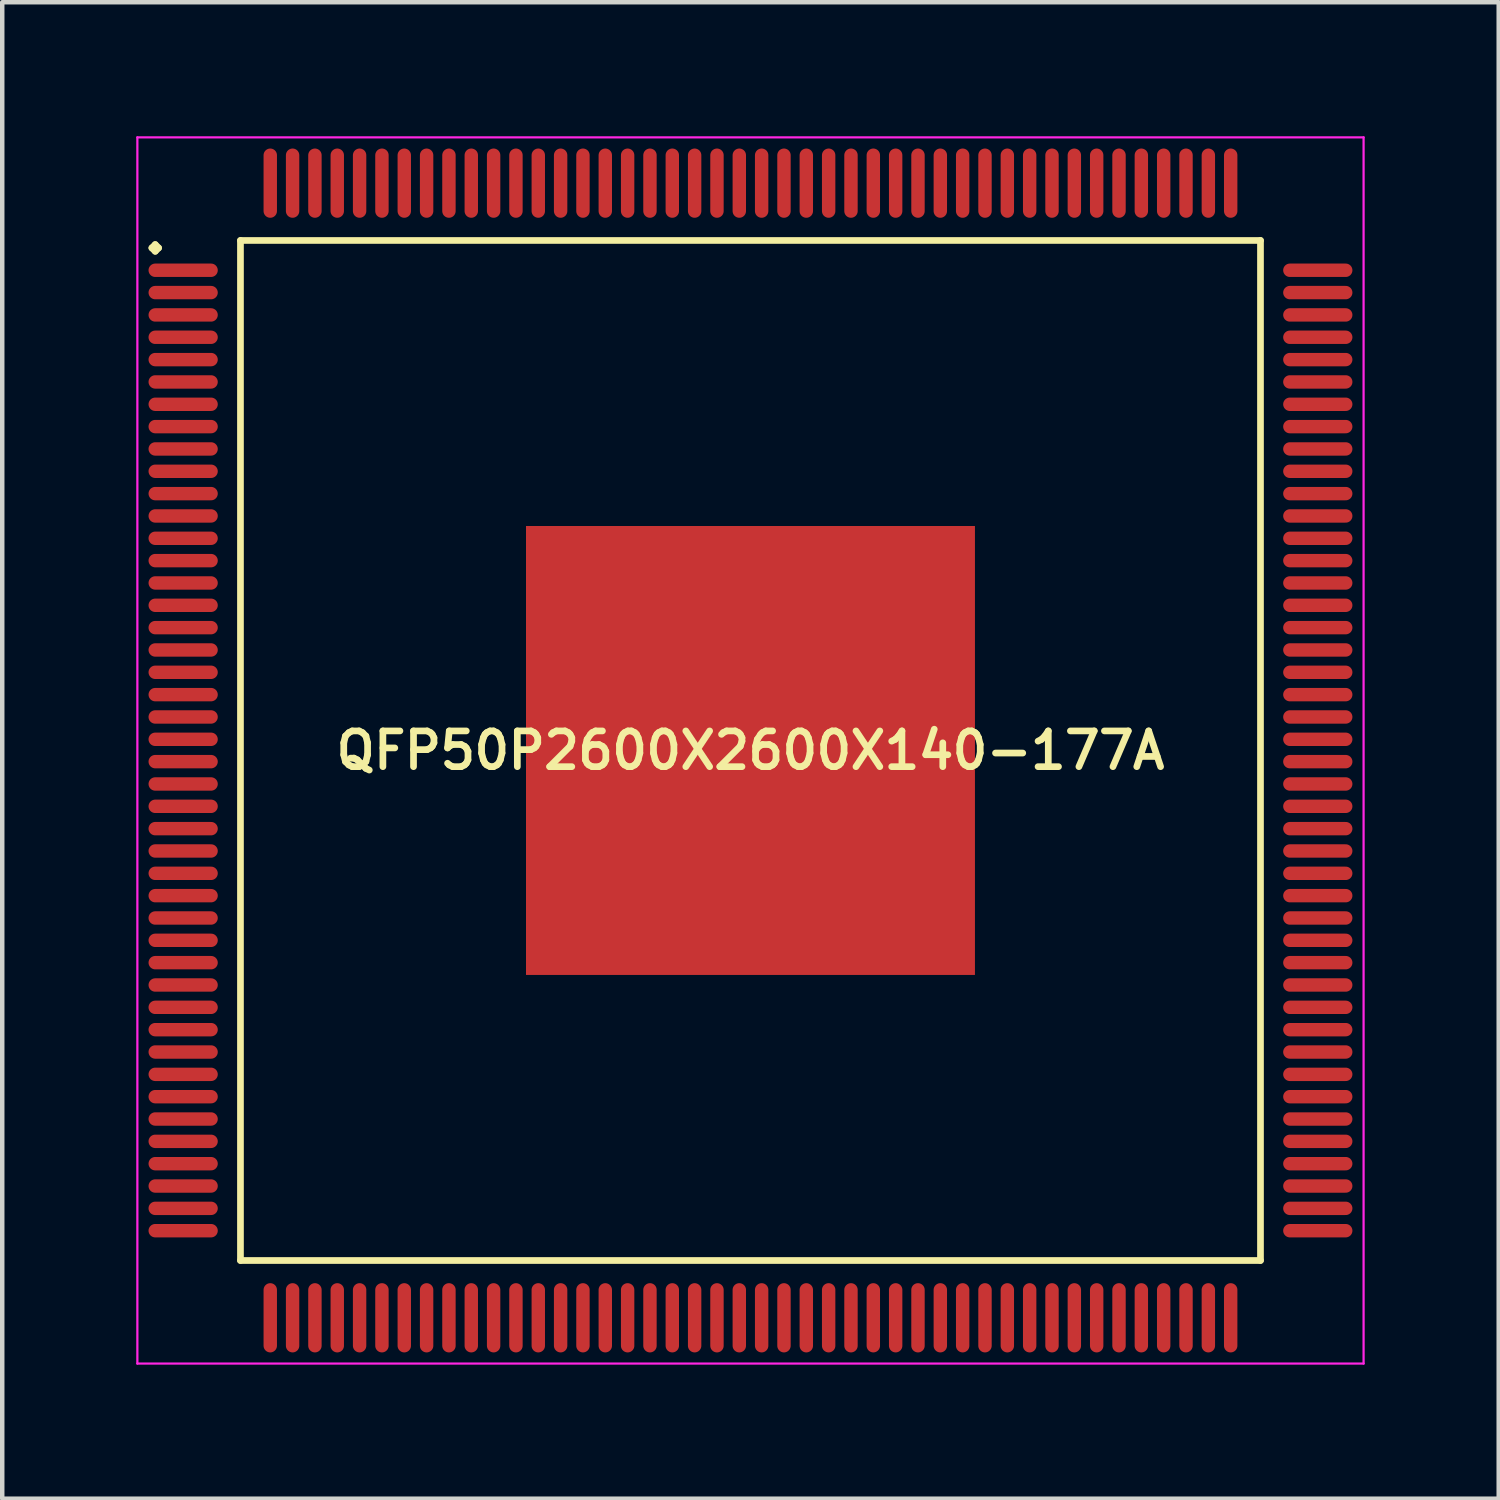
<source format=kicad_pcb>
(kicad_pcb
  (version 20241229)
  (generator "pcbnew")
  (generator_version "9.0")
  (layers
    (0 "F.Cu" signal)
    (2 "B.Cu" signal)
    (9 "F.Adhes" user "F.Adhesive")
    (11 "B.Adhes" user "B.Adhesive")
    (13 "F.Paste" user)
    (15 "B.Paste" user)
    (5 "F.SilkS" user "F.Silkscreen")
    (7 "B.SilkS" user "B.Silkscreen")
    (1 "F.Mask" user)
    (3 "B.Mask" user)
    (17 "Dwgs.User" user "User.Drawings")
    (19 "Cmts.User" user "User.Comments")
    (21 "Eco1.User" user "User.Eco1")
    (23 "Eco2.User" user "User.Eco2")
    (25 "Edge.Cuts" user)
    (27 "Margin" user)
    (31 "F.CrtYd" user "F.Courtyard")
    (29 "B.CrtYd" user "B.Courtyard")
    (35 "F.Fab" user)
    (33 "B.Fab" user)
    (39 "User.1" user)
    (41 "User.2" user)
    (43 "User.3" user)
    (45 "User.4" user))
  (footprint "QFP50P2600X2600X140-177A"
    (layer "F.Cu")
    (at 13.75 13.75)
    (property "Reference" "QFP50P2600X2600X140-177A" (at 0 0 0) (layer "F.SilkS") (effects (font (size 0.8 0.8) (thickness 0.15))))
    (attr smd)
    (fp_line (start -13.4 -11.25) (end -13.325 -11.325) (stroke (width 0.15) (type solid)) (layer "F.SilkS"))
    (fp_line (start -13.325 -11.325) (end -13.25 -11.25) (stroke (width 0.15) (type solid)) (layer "F.SilkS"))
    (fp_line (start -13.325 -11.175) (end -13.4 -11.25) (stroke (width 0.15) (type solid)) (layer "F.SilkS"))
    (fp_line (start -13.25 -11.25) (end -13.325 -11.175) (stroke (width 0.15) (type solid)) (layer "F.SilkS"))
    (fp_line (start -11.417 -11.417) (end -11.417 11.417) (stroke (width 0.15) (type solid)) (layer "F.SilkS"))
    (fp_line (start -11.417 11.417) (end 11.417 11.417) (stroke (width 0.15) (type solid)) (layer "F.SilkS"))
    (fp_line (start 11.417 -11.417) (end -11.417 -11.417) (stroke (width 0.15) (type solid)) (layer "F.SilkS"))
    (fp_line (start 11.417 11.417) (end 11.417 -11.417) (stroke (width 0.15) (type solid)) (layer "F.SilkS"))
    (fp_line (start -13.725 -13.725) (end 13.725 -13.725) (stroke (width 0.05) (type solid)) (layer "F.CrtYd"))
    (fp_line (start -13.725 13.725) (end -13.725 -13.725) (stroke (width 0.05) (type solid)) (layer "F.CrtYd"))
    (fp_line (start 13.725 -13.725) (end 13.725 13.725) (stroke (width 0.05) (type solid)) (layer "F.CrtYd"))
    (fp_line (start 13.725 13.725) (end -13.725 13.725) (stroke (width 0.05) (type solid)) (layer "F.CrtYd"))
    (pad "1" smd oval (at -12.7 -10.75) (size 1.55 0.3) (layers "F.Cu" "F.Mask" "F.Paste"))
    (pad "2" smd oval (at -12.7 -10.25) (size 1.55 0.3) (layers "F.Cu" "F.Mask" "F.Paste"))
    (pad "3" smd oval (at -12.7 -9.75) (size 1.55 0.3) (layers "F.Cu" "F.Mask" "F.Paste"))
    (pad "4" smd oval (at -12.7 -9.25) (size 1.55 0.3) (layers "F.Cu" "F.Mask" "F.Paste"))
    (pad "5" smd oval (at -12.7 -8.75) (size 1.55 0.3) (layers "F.Cu" "F.Mask" "F.Paste"))
    (pad "6" smd oval (at -12.7 -8.25) (size 1.55 0.3) (layers "F.Cu" "F.Mask" "F.Paste"))
    (pad "7" smd oval (at -12.7 -7.75) (size 1.55 0.3) (layers "F.Cu" "F.Mask" "F.Paste"))
    (pad "8" smd oval (at -12.7 -7.25) (size 1.55 0.3) (layers "F.Cu" "F.Mask" "F.Paste"))
    (pad "9" smd oval (at -12.7 -6.75) (size 1.55 0.3) (layers "F.Cu" "F.Mask" "F.Paste"))
    (pad "10" smd oval (at -12.7 -6.25) (size 1.55 0.3) (layers "F.Cu" "F.Mask" "F.Paste"))
    (pad "11" smd oval (at -12.7 -5.75) (size 1.55 0.3) (layers "F.Cu" "F.Mask" "F.Paste"))
    (pad "12" smd oval (at -12.7 -5.25) (size 1.55 0.3) (layers "F.Cu" "F.Mask" "F.Paste"))
    (pad "13" smd oval (at -12.7 -4.75) (size 1.55 0.3) (layers "F.Cu" "F.Mask" "F.Paste"))
    (pad "14" smd oval (at -12.7 -4.25) (size 1.55 0.3) (layers "F.Cu" "F.Mask" "F.Paste"))
    (pad "15" smd oval (at -12.7 -3.75) (size 1.55 0.3) (layers "F.Cu" "F.Mask" "F.Paste"))
    (pad "16" smd oval (at -12.7 -3.25) (size 1.55 0.3) (layers "F.Cu" "F.Mask" "F.Paste"))
    (pad "17" smd oval (at -12.7 -2.75) (size 1.55 0.3) (layers "F.Cu" "F.Mask" "F.Paste"))
    (pad "18" smd oval (at -12.7 -2.25) (size 1.55 0.3) (layers "F.Cu" "F.Mask" "F.Paste"))
    (pad "19" smd oval (at -12.7 -1.75) (size 1.55 0.3) (layers "F.Cu" "F.Mask" "F.Paste"))
    (pad "20" smd oval (at -12.7 -1.25) (size 1.55 0.3) (layers "F.Cu" "F.Mask" "F.Paste"))
    (pad "21" smd oval (at -12.7 -0.75) (size 1.55 0.3) (layers "F.Cu" "F.Mask" "F.Paste"))
    (pad "22" smd oval (at -12.7 -0.25) (size 1.55 0.3) (layers "F.Cu" "F.Mask" "F.Paste"))
    (pad "23" smd oval (at -12.7 0.25) (size 1.55 0.3) (layers "F.Cu" "F.Mask" "F.Paste"))
    (pad "24" smd oval (at -12.7 0.75) (size 1.55 0.3) (layers "F.Cu" "F.Mask" "F.Paste"))
    (pad "25" smd oval (at -12.7 1.25) (size 1.55 0.3) (layers "F.Cu" "F.Mask" "F.Paste"))
    (pad "26" smd oval (at -12.7 1.75) (size 1.55 0.3) (layers "F.Cu" "F.Mask" "F.Paste"))
    (pad "27" smd oval (at -12.7 2.25) (size 1.55 0.3) (layers "F.Cu" "F.Mask" "F.Paste"))
    (pad "28" smd oval (at -12.7 2.75) (size 1.55 0.3) (layers "F.Cu" "F.Mask" "F.Paste"))
    (pad "29" smd oval (at -12.7 3.25) (size 1.55 0.3) (layers "F.Cu" "F.Mask" "F.Paste"))
    (pad "30" smd oval (at -12.7 3.75) (size 1.55 0.3) (layers "F.Cu" "F.Mask" "F.Paste"))
    (pad "31" smd oval (at -12.7 4.25) (size 1.55 0.3) (layers "F.Cu" "F.Mask" "F.Paste"))
    (pad "32" smd oval (at -12.7 4.75) (size 1.55 0.3) (layers "F.Cu" "F.Mask" "F.Paste"))
    (pad "33" smd oval (at -12.7 5.25) (size 1.55 0.3) (layers "F.Cu" "F.Mask" "F.Paste"))
    (pad "34" smd oval (at -12.7 5.75) (size 1.55 0.3) (layers "F.Cu" "F.Mask" "F.Paste"))
    (pad "35" smd oval (at -12.7 6.25) (size 1.55 0.3) (layers "F.Cu" "F.Mask" "F.Paste"))
    (pad "36" smd oval (at -12.7 6.75) (size 1.55 0.3) (layers "F.Cu" "F.Mask" "F.Paste"))
    (pad "37" smd oval (at -12.7 7.25) (size 1.55 0.3) (layers "F.Cu" "F.Mask" "F.Paste"))
    (pad "38" smd oval (at -12.7 7.75) (size 1.55 0.3) (layers "F.Cu" "F.Mask" "F.Paste"))
    (pad "39" smd oval (at -12.7 8.25) (size 1.55 0.3) (layers "F.Cu" "F.Mask" "F.Paste"))
    (pad "40" smd oval (at -12.7 8.75) (size 1.55 0.3) (layers "F.Cu" "F.Mask" "F.Paste"))
    (pad "41" smd oval (at -12.7 9.25) (size 1.55 0.3) (layers "F.Cu" "F.Mask" "F.Paste"))
    (pad "42" smd oval (at -12.7 9.75) (size 1.55 0.3) (layers "F.Cu" "F.Mask" "F.Paste"))
    (pad "43" smd oval (at -12.7 10.25) (size 1.55 0.3) (layers "F.Cu" "F.Mask" "F.Paste"))
    (pad "44" smd oval (at -12.7 10.75) (size 1.55 0.3) (layers "F.Cu" "F.Mask" "F.Paste"))
    (pad "45" smd oval (at -10.75 12.7) (size 0.3 1.55) (layers "F.Cu" "F.Mask" "F.Paste"))
    (pad "46" smd oval (at -10.25 12.7) (size 0.3 1.55) (layers "F.Cu" "F.Mask" "F.Paste"))
    (pad "47" smd oval (at -9.75 12.7) (size 0.3 1.55) (layers "F.Cu" "F.Mask" "F.Paste"))
    (pad "48" smd oval (at -9.25 12.7) (size 0.3 1.55) (layers "F.Cu" "F.Mask" "F.Paste"))
    (pad "49" smd oval (at -8.75 12.7) (size 0.3 1.55) (layers "F.Cu" "F.Mask" "F.Paste"))
    (pad "50" smd oval (at -8.25 12.7) (size 0.3 1.55) (layers "F.Cu" "F.Mask" "F.Paste"))
    (pad "51" smd oval (at -7.75 12.7) (size 0.3 1.55) (layers "F.Cu" "F.Mask" "F.Paste"))
    (pad "52" smd oval (at -7.25 12.7) (size 0.3 1.55) (layers "F.Cu" "F.Mask" "F.Paste"))
    (pad "53" smd oval (at -6.75 12.7) (size 0.3 1.55) (layers "F.Cu" "F.Mask" "F.Paste"))
    (pad "54" smd oval (at -6.25 12.7) (size 0.3 1.55) (layers "F.Cu" "F.Mask" "F.Paste"))
    (pad "55" smd oval (at -5.75 12.7) (size 0.3 1.55) (layers "F.Cu" "F.Mask" "F.Paste"))
    (pad "56" smd oval (at -5.25 12.7) (size 0.3 1.55) (layers "F.Cu" "F.Mask" "F.Paste"))
    (pad "57" smd oval (at -4.75 12.7) (size 0.3 1.55) (layers "F.Cu" "F.Mask" "F.Paste"))
    (pad "58" smd oval (at -4.25 12.7) (size 0.3 1.55) (layers "F.Cu" "F.Mask" "F.Paste"))
    (pad "59" smd oval (at -3.75 12.7) (size 0.3 1.55) (layers "F.Cu" "F.Mask" "F.Paste"))
    (pad "60" smd oval (at -3.25 12.7) (size 0.3 1.55) (layers "F.Cu" "F.Mask" "F.Paste"))
    (pad "61" smd oval (at -2.75 12.7) (size 0.3 1.55) (layers "F.Cu" "F.Mask" "F.Paste"))
    (pad "62" smd oval (at -2.25 12.7) (size 0.3 1.55) (layers "F.Cu" "F.Mask" "F.Paste"))
    (pad "63" smd oval (at -1.75 12.7) (size 0.3 1.55) (layers "F.Cu" "F.Mask" "F.Paste"))
    (pad "64" smd oval (at -1.25 12.7) (size 0.3 1.55) (layers "F.Cu" "F.Mask" "F.Paste"))
    (pad "65" smd oval (at -0.75 12.7) (size 0.3 1.55) (layers "F.Cu" "F.Mask" "F.Paste"))
    (pad "66" smd oval (at -0.25 12.7) (size 0.3 1.55) (layers "F.Cu" "F.Mask" "F.Paste"))
    (pad "67" smd oval (at 0.25 12.7) (size 0.3 1.55) (layers "F.Cu" "F.Mask" "F.Paste"))
    (pad "68" smd oval (at 0.75 12.7) (size 0.3 1.55) (layers "F.Cu" "F.Mask" "F.Paste"))
    (pad "69" smd oval (at 1.25 12.7) (size 0.3 1.55) (layers "F.Cu" "F.Mask" "F.Paste"))
    (pad "70" smd oval (at 1.75 12.7) (size 0.3 1.55) (layers "F.Cu" "F.Mask" "F.Paste"))
    (pad "71" smd oval (at 2.25 12.7) (size 0.3 1.55) (layers "F.Cu" "F.Mask" "F.Paste"))
    (pad "72" smd oval (at 2.75 12.7) (size 0.3 1.55) (layers "F.Cu" "F.Mask" "F.Paste"))
    (pad "73" smd oval (at 3.25 12.7) (size 0.3 1.55) (layers "F.Cu" "F.Mask" "F.Paste"))
    (pad "74" smd oval (at 3.75 12.7) (size 0.3 1.55) (layers "F.Cu" "F.Mask" "F.Paste"))
    (pad "75" smd oval (at 4.25 12.7) (size 0.3 1.55) (layers "F.Cu" "F.Mask" "F.Paste"))
    (pad "76" smd oval (at 4.75 12.7) (size 0.3 1.55) (layers "F.Cu" "F.Mask" "F.Paste"))
    (pad "77" smd oval (at 5.25 12.7) (size 0.3 1.55) (layers "F.Cu" "F.Mask" "F.Paste"))
    (pad "78" smd oval (at 5.75 12.7) (size 0.3 1.55) (layers "F.Cu" "F.Mask" "F.Paste"))
    (pad "79" smd oval (at 6.25 12.7) (size 0.3 1.55) (layers "F.Cu" "F.Mask" "F.Paste"))
    (pad "80" smd oval (at 6.75 12.7) (size 0.3 1.55) (layers "F.Cu" "F.Mask" "F.Paste"))
    (pad "81" smd oval (at 7.25 12.7) (size 0.3 1.55) (layers "F.Cu" "F.Mask" "F.Paste"))
    (pad "82" smd oval (at 7.75 12.7) (size 0.3 1.55) (layers "F.Cu" "F.Mask" "F.Paste"))
    (pad "83" smd oval (at 8.25 12.7) (size 0.3 1.55) (layers "F.Cu" "F.Mask" "F.Paste"))
    (pad "84" smd oval (at 8.75 12.7) (size 0.3 1.55) (layers "F.Cu" "F.Mask" "F.Paste"))
    (pad "85" smd oval (at 9.25 12.7) (size 0.3 1.55) (layers "F.Cu" "F.Mask" "F.Paste"))
    (pad "86" smd oval (at 9.75 12.7) (size 0.3 1.55) (layers "F.Cu" "F.Mask" "F.Paste"))
    (pad "87" smd oval (at 10.25 12.7) (size 0.3 1.55) (layers "F.Cu" "F.Mask" "F.Paste"))
    (pad "88" smd oval (at 10.75 12.7) (size 0.3 1.55) (layers "F.Cu" "F.Mask" "F.Paste"))
    (pad "89" smd oval (at 12.7 10.75) (size 1.55 0.3) (layers "F.Cu" "F.Mask" "F.Paste"))
    (pad "90" smd oval (at 12.7 10.25) (size 1.55 0.3) (layers "F.Cu" "F.Mask" "F.Paste"))
    (pad "91" smd oval (at 12.7 9.75) (size 1.55 0.3) (layers "F.Cu" "F.Mask" "F.Paste"))
    (pad "92" smd oval (at 12.7 9.25) (size 1.55 0.3) (layers "F.Cu" "F.Mask" "F.Paste"))
    (pad "93" smd oval (at 12.7 8.75) (size 1.55 0.3) (layers "F.Cu" "F.Mask" "F.Paste"))
    (pad "94" smd oval (at 12.7 8.25) (size 1.55 0.3) (layers "F.Cu" "F.Mask" "F.Paste"))
    (pad "95" smd oval (at 12.7 7.75) (size 1.55 0.3) (layers "F.Cu" "F.Mask" "F.Paste"))
    (pad "96" smd oval (at 12.7 7.25) (size 1.55 0.3) (layers "F.Cu" "F.Mask" "F.Paste"))
    (pad "97" smd oval (at 12.7 6.75) (size 1.55 0.3) (layers "F.Cu" "F.Mask" "F.Paste"))
    (pad "98" smd oval (at 12.7 6.25) (size 1.55 0.3) (layers "F.Cu" "F.Mask" "F.Paste"))
    (pad "99" smd oval (at 12.7 5.75) (size 1.55 0.3) (layers "F.Cu" "F.Mask" "F.Paste"))
    (pad "100" smd oval (at 12.7 5.25) (size 1.55 0.3) (layers "F.Cu" "F.Mask" "F.Paste"))
    (pad "101" smd oval (at 12.7 4.75) (size 1.55 0.3) (layers "F.Cu" "F.Mask" "F.Paste"))
    (pad "102" smd oval (at 12.7 4.25) (size 1.55 0.3) (layers "F.Cu" "F.Mask" "F.Paste"))
    (pad "103" smd oval (at 12.7 3.75) (size 1.55 0.3) (layers "F.Cu" "F.Mask" "F.Paste"))
    (pad "104" smd oval (at 12.7 3.25) (size 1.55 0.3) (layers "F.Cu" "F.Mask" "F.Paste"))
    (pad "105" smd oval (at 12.7 2.75) (size 1.55 0.3) (layers "F.Cu" "F.Mask" "F.Paste"))
    (pad "106" smd oval (at 12.7 2.25) (size 1.55 0.3) (layers "F.Cu" "F.Mask" "F.Paste"))
    (pad "107" smd oval (at 12.7 1.75) (size 1.55 0.3) (layers "F.Cu" "F.Mask" "F.Paste"))
    (pad "108" smd oval (at 12.7 1.25) (size 1.55 0.3) (layers "F.Cu" "F.Mask" "F.Paste"))
    (pad "109" smd oval (at 12.7 0.75) (size 1.55 0.3) (layers "F.Cu" "F.Mask" "F.Paste"))
    (pad "110" smd oval (at 12.7 0.25) (size 1.55 0.3) (layers "F.Cu" "F.Mask" "F.Paste"))
    (pad "111" smd oval (at 12.7 -0.25) (size 1.55 0.3) (layers "F.Cu" "F.Mask" "F.Paste"))
    (pad "112" smd oval (at 12.7 -0.75) (size 1.55 0.3) (layers "F.Cu" "F.Mask" "F.Paste"))
    (pad "113" smd oval (at 12.7 -1.25) (size 1.55 0.3) (layers "F.Cu" "F.Mask" "F.Paste"))
    (pad "114" smd oval (at 12.7 -1.75) (size 1.55 0.3) (layers "F.Cu" "F.Mask" "F.Paste"))
    (pad "115" smd oval (at 12.7 -2.25) (size 1.55 0.3) (layers "F.Cu" "F.Mask" "F.Paste"))
    (pad "116" smd oval (at 12.7 -2.75) (size 1.55 0.3) (layers "F.Cu" "F.Mask" "F.Paste"))
    (pad "117" smd oval (at 12.7 -3.25) (size 1.55 0.3) (layers "F.Cu" "F.Mask" "F.Paste"))
    (pad "118" smd oval (at 12.7 -3.75) (size 1.55 0.3) (layers "F.Cu" "F.Mask" "F.Paste"))
    (pad "119" smd oval (at 12.7 -4.25) (size 1.55 0.3) (layers "F.Cu" "F.Mask" "F.Paste"))
    (pad "120" smd oval (at 12.7 -4.75) (size 1.55 0.3) (layers "F.Cu" "F.Mask" "F.Paste"))
    (pad "121" smd oval (at 12.7 -5.25) (size 1.55 0.3) (layers "F.Cu" "F.Mask" "F.Paste"))
    (pad "122" smd oval (at 12.7 -5.75) (size 1.55 0.3) (layers "F.Cu" "F.Mask" "F.Paste"))
    (pad "123" smd oval (at 12.7 -6.25) (size 1.55 0.3) (layers "F.Cu" "F.Mask" "F.Paste"))
    (pad "124" smd oval (at 12.7 -6.75) (size 1.55 0.3) (layers "F.Cu" "F.Mask" "F.Paste"))
    (pad "125" smd oval (at 12.7 -7.25) (size 1.55 0.3) (layers "F.Cu" "F.Mask" "F.Paste"))
    (pad "126" smd oval (at 12.7 -7.75) (size 1.55 0.3) (layers "F.Cu" "F.Mask" "F.Paste"))
    (pad "127" smd oval (at 12.7 -8.25) (size 1.55 0.3) (layers "F.Cu" "F.Mask" "F.Paste"))
    (pad "128" smd oval (at 12.7 -8.75) (size 1.55 0.3) (layers "F.Cu" "F.Mask" "F.Paste"))
    (pad "129" smd oval (at 12.7 -9.25) (size 1.55 0.3) (layers "F.Cu" "F.Mask" "F.Paste"))
    (pad "130" smd oval (at 12.7 -9.75) (size 1.55 0.3) (layers "F.Cu" "F.Mask" "F.Paste"))
    (pad "131" smd oval (at 12.7 -10.25) (size 1.55 0.3) (layers "F.Cu" "F.Mask" "F.Paste"))
    (pad "132" smd oval (at 12.7 -10.75) (size 1.55 0.3) (layers "F.Cu" "F.Mask" "F.Paste"))
    (pad "133" smd oval (at 10.75 -12.7) (size 0.3 1.55) (layers "F.Cu" "F.Mask" "F.Paste"))
    (pad "134" smd oval (at 10.25 -12.7) (size 0.3 1.55) (layers "F.Cu" "F.Mask" "F.Paste"))
    (pad "135" smd oval (at 9.75 -12.7) (size 0.3 1.55) (layers "F.Cu" "F.Mask" "F.Paste"))
    (pad "136" smd oval (at 9.25 -12.7) (size 0.3 1.55) (layers "F.Cu" "F.Mask" "F.Paste"))
    (pad "137" smd oval (at 8.75 -12.7) (size 0.3 1.55) (layers "F.Cu" "F.Mask" "F.Paste"))
    (pad "138" smd oval (at 8.25 -12.7) (size 0.3 1.55) (layers "F.Cu" "F.Mask" "F.Paste"))
    (pad "139" smd oval (at 7.75 -12.7) (size 0.3 1.55) (layers "F.Cu" "F.Mask" "F.Paste"))
    (pad "140" smd oval (at 7.25 -12.7) (size 0.3 1.55) (layers "F.Cu" "F.Mask" "F.Paste"))
    (pad "141" smd oval (at 6.75 -12.7) (size 0.3 1.55) (layers "F.Cu" "F.Mask" "F.Paste"))
    (pad "142" smd oval (at 6.25 -12.7) (size 0.3 1.55) (layers "F.Cu" "F.Mask" "F.Paste"))
    (pad "143" smd oval (at 5.75 -12.7) (size 0.3 1.55) (layers "F.Cu" "F.Mask" "F.Paste"))
    (pad "144" smd oval (at 5.25 -12.7) (size 0.3 1.55) (layers "F.Cu" "F.Mask" "F.Paste"))
    (pad "145" smd oval (at 4.75 -12.7) (size 0.3 1.55) (layers "F.Cu" "F.Mask" "F.Paste"))
    (pad "146" smd oval (at 4.25 -12.7) (size 0.3 1.55) (layers "F.Cu" "F.Mask" "F.Paste"))
    (pad "147" smd oval (at 3.75 -12.7) (size 0.3 1.55) (layers "F.Cu" "F.Mask" "F.Paste"))
    (pad "148" smd oval (at 3.25 -12.7) (size 0.3 1.55) (layers "F.Cu" "F.Mask" "F.Paste"))
    (pad "149" smd oval (at 2.75 -12.7) (size 0.3 1.55) (layers "F.Cu" "F.Mask" "F.Paste"))
    (pad "150" smd oval (at 2.25 -12.7) (size 0.3 1.55) (layers "F.Cu" "F.Mask" "F.Paste"))
    (pad "151" smd oval (at 1.75 -12.7) (size 0.3 1.55) (layers "F.Cu" "F.Mask" "F.Paste"))
    (pad "152" smd oval (at 1.25 -12.7) (size 0.3 1.55) (layers "F.Cu" "F.Mask" "F.Paste"))
    (pad "153" smd oval (at 0.75 -12.7) (size 0.3 1.55) (layers "F.Cu" "F.Mask" "F.Paste"))
    (pad "154" smd oval (at 0.25 -12.7) (size 0.3 1.55) (layers "F.Cu" "F.Mask" "F.Paste"))
    (pad "155" smd oval (at -0.25 -12.7) (size 0.3 1.55) (layers "F.Cu" "F.Mask" "F.Paste"))
    (pad "156" smd oval (at -0.75 -12.7) (size 0.3 1.55) (layers "F.Cu" "F.Mask" "F.Paste"))
    (pad "157" smd oval (at -1.25 -12.7) (size 0.3 1.55) (layers "F.Cu" "F.Mask" "F.Paste"))
    (pad "158" smd oval (at -1.75 -12.7) (size 0.3 1.55) (layers "F.Cu" "F.Mask" "F.Paste"))
    (pad "159" smd oval (at -2.25 -12.7) (size 0.3 1.55) (layers "F.Cu" "F.Mask" "F.Paste"))
    (pad "160" smd oval (at -2.75 -12.7) (size 0.3 1.55) (layers "F.Cu" "F.Mask" "F.Paste"))
    (pad "161" smd oval (at -3.25 -12.7) (size 0.3 1.55) (layers "F.Cu" "F.Mask" "F.Paste"))
    (pad "162" smd oval (at -3.75 -12.7) (size 0.3 1.55) (layers "F.Cu" "F.Mask" "F.Paste"))
    (pad "163" smd oval (at -4.25 -12.7) (size 0.3 1.55) (layers "F.Cu" "F.Mask" "F.Paste"))
    (pad "164" smd oval (at -4.75 -12.7) (size 0.3 1.55) (layers "F.Cu" "F.Mask" "F.Paste"))
    (pad "165" smd oval (at -5.25 -12.7) (size 0.3 1.55) (layers "F.Cu" "F.Mask" "F.Paste"))
    (pad "166" smd oval (at -5.75 -12.7) (size 0.3 1.55) (layers "F.Cu" "F.Mask" "F.Paste"))
    (pad "167" smd oval (at -6.25 -12.7) (size 0.3 1.55) (layers "F.Cu" "F.Mask" "F.Paste"))
    (pad "168" smd oval (at -6.75 -12.7) (size 0.3 1.55) (layers "F.Cu" "F.Mask" "F.Paste"))
    (pad "169" smd oval (at -7.25 -12.7) (size 0.3 1.55) (layers "F.Cu" "F.Mask" "F.Paste"))
    (pad "170" smd oval (at -7.75 -12.7) (size 0.3 1.55) (layers "F.Cu" "F.Mask" "F.Paste"))
    (pad "171" smd oval (at -8.25 -12.7) (size 0.3 1.55) (layers "F.Cu" "F.Mask" "F.Paste"))
    (pad "172" smd oval (at -8.75 -12.7) (size 0.3 1.55) (layers "F.Cu" "F.Mask" "F.Paste"))
    (pad "173" smd oval (at -9.25 -12.7) (size 0.3 1.55) (layers "F.Cu" "F.Mask" "F.Paste"))
    (pad "174" smd oval (at -9.75 -12.7) (size 0.3 1.55) (layers "F.Cu" "F.Mask" "F.Paste"))
    (pad "175" smd oval (at -10.25 -12.7) (size 0.3 1.55) (layers "F.Cu" "F.Mask" "F.Paste"))
    (pad "176" smd oval (at -10.75 -12.7) (size 0.3 1.55) (layers "F.Cu" "F.Mask" "F.Paste"))
    (pad "177" smd rect (at 0 0) (size 10.05 10.05) (layers "F.Cu" "F.Mask" "F.Paste")))
  (gr_rect
    (start -3 -3)
    (end 30.5 30.5)
    (stroke (width 0.1) (type default))
    (fill no)
    (layer "Edge.Cuts")))
</source>
